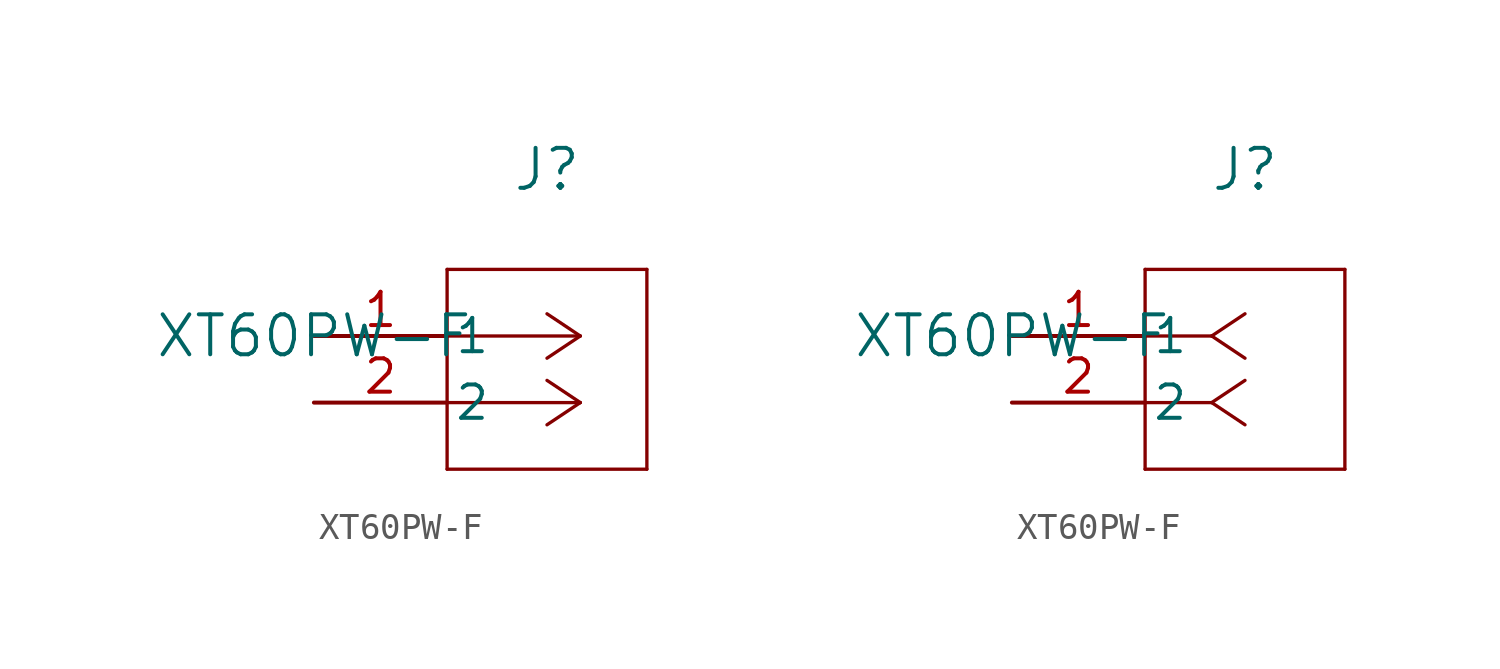
<source format=kicad_sym>
(kicad_symbol_lib
  (version 20211014)
  (generator kicad_symbol_editor)
  (symbol "XT60PW-F"
    (pin_names
      (offset 0.254))
    (property "Reference" "J"
      (at 8.89 6.35 0)
      (effects (font (size 1.524 1.524))))
    (property "Value" "XT60PW-F"
      (at 0 0 0)
      (effects (font (size 1.524 1.524))))
    (symbol "XT60PW-F_1_1"
      (polyline (pts (xy 10.16 0) (xy 5.08 0)) (stroke (width 0.127) (type default) (color 0 0 0 0)) (fill (type none)))
      (polyline (pts (xy 10.16 -2.54) (xy 5.08 -2.54)) (stroke (width 0.127) (type default) (color 0 0 0 0)) (fill (type none)))
      (polyline (pts (xy 10.16 0) (xy 8.89 0.847)) (stroke (width 0.127) (type default) (color 0 0 0 0)) (fill (type none)))
      (polyline (pts (xy 10.16 -2.54) (xy 8.89 -1.693)) (stroke (width 0.127) (type default) (color 0 0 0 0)) (fill (type none)))
      (polyline (pts (xy 10.16 0) (xy 8.89 -0.847)) (stroke (width 0.127) (type default) (color 0 0 0 0)) (fill (type none)))
      (polyline (pts (xy 10.16 -2.54) (xy 8.89 -3.387)) (stroke (width 0.127) (type default) (color 0 0 0 0)) (fill (type none)))
      (polyline (pts (xy 5.08 2.54) (xy 5.08 -5.08)) (stroke (width 0.127) (type default) (color 0 0 0 0)) (fill (type none)))
      (polyline (pts (xy 5.08 -5.08) (xy 12.7 -5.08)) (stroke (width 0.127) (type default) (color 0 0 0 0)) (fill (type none)))
      (polyline (pts (xy 12.7 -5.08) (xy 12.7 2.54)) (stroke (width 0.127) (type default) (color 0 0 0 0)) (fill (type none)))
      (polyline (pts (xy 12.7 2.54) (xy 5.08 2.54)) (stroke (width 0.127) (type default) (color 0 0 0 0)) (fill (type none)))
      (pin unspecified line (at 0 0 0) (length 5.08) (name "1" (effects (font (size 1.27 1.27)))) (number "1" (effects (font (size 1.27 1.27)))))
      (pin unspecified line (at 0 -2.54 0) (length 5.08) (name "2" (effects (font (size 1.27 1.27)))) (number "2" (effects (font (size 1.27 1.27))))))
    (symbol "XT60PW-F_1_2"
      (polyline (pts (xy 7.62 0) (xy 5.08 0)) (stroke (width 0.127) (type default) (color 0 0 0 0)) (fill (type none)))
      (polyline (pts (xy 7.62 -2.54) (xy 5.08 -2.54)) (stroke (width 0.127) (type default) (color 0 0 0 0)) (fill (type none)))
      (polyline (pts (xy 7.62 0) (xy 8.89 0.847)) (stroke (width 0.127) (type default) (color 0 0 0 0)) (fill (type none)))
      (polyline (pts (xy 7.62 -2.54) (xy 8.89 -1.693)) (stroke (width 0.127) (type default) (color 0 0 0 0)) (fill (type none)))
      (polyline (pts (xy 7.62 0) (xy 8.89 -0.847)) (stroke (width 0.127) (type default) (color 0 0 0 0)) (fill (type none)))
      (polyline (pts (xy 7.62 -2.54) (xy 8.89 -3.387)) (stroke (width 0.127) (type default) (color 0 0 0 0)) (fill (type none)))
      (polyline (pts (xy 5.08 2.54) (xy 5.08 -5.08)) (stroke (width 0.127) (type default) (color 0 0 0 0)) (fill (type none)))
      (polyline (pts (xy 5.08 -5.08) (xy 12.7 -5.08)) (stroke (width 0.127) (type default) (color 0 0 0 0)) (fill (type none)))
      (polyline (pts (xy 12.7 -5.08) (xy 12.7 2.54)) (stroke (width 0.127) (type default) (color 0 0 0 0)) (fill (type none)))
      (polyline (pts (xy 12.7 2.54) (xy 5.08 2.54)) (stroke (width 0.127) (type default) (color 0 0 0 0)) (fill (type none)))
      (pin unspecified line (at 0 0 0) (length 5.08) (name "1" (effects (font (size 1.27 1.27)))) (number "1" (effects (font (size 1.27 1.27)))))
      (pin unspecified line (at 0 -2.54 0) (length 5.08) (name "2" (effects (font (size 1.27 1.27)))) (number "2" (effects (font (size 1.27 1.27))))))))
</source>
